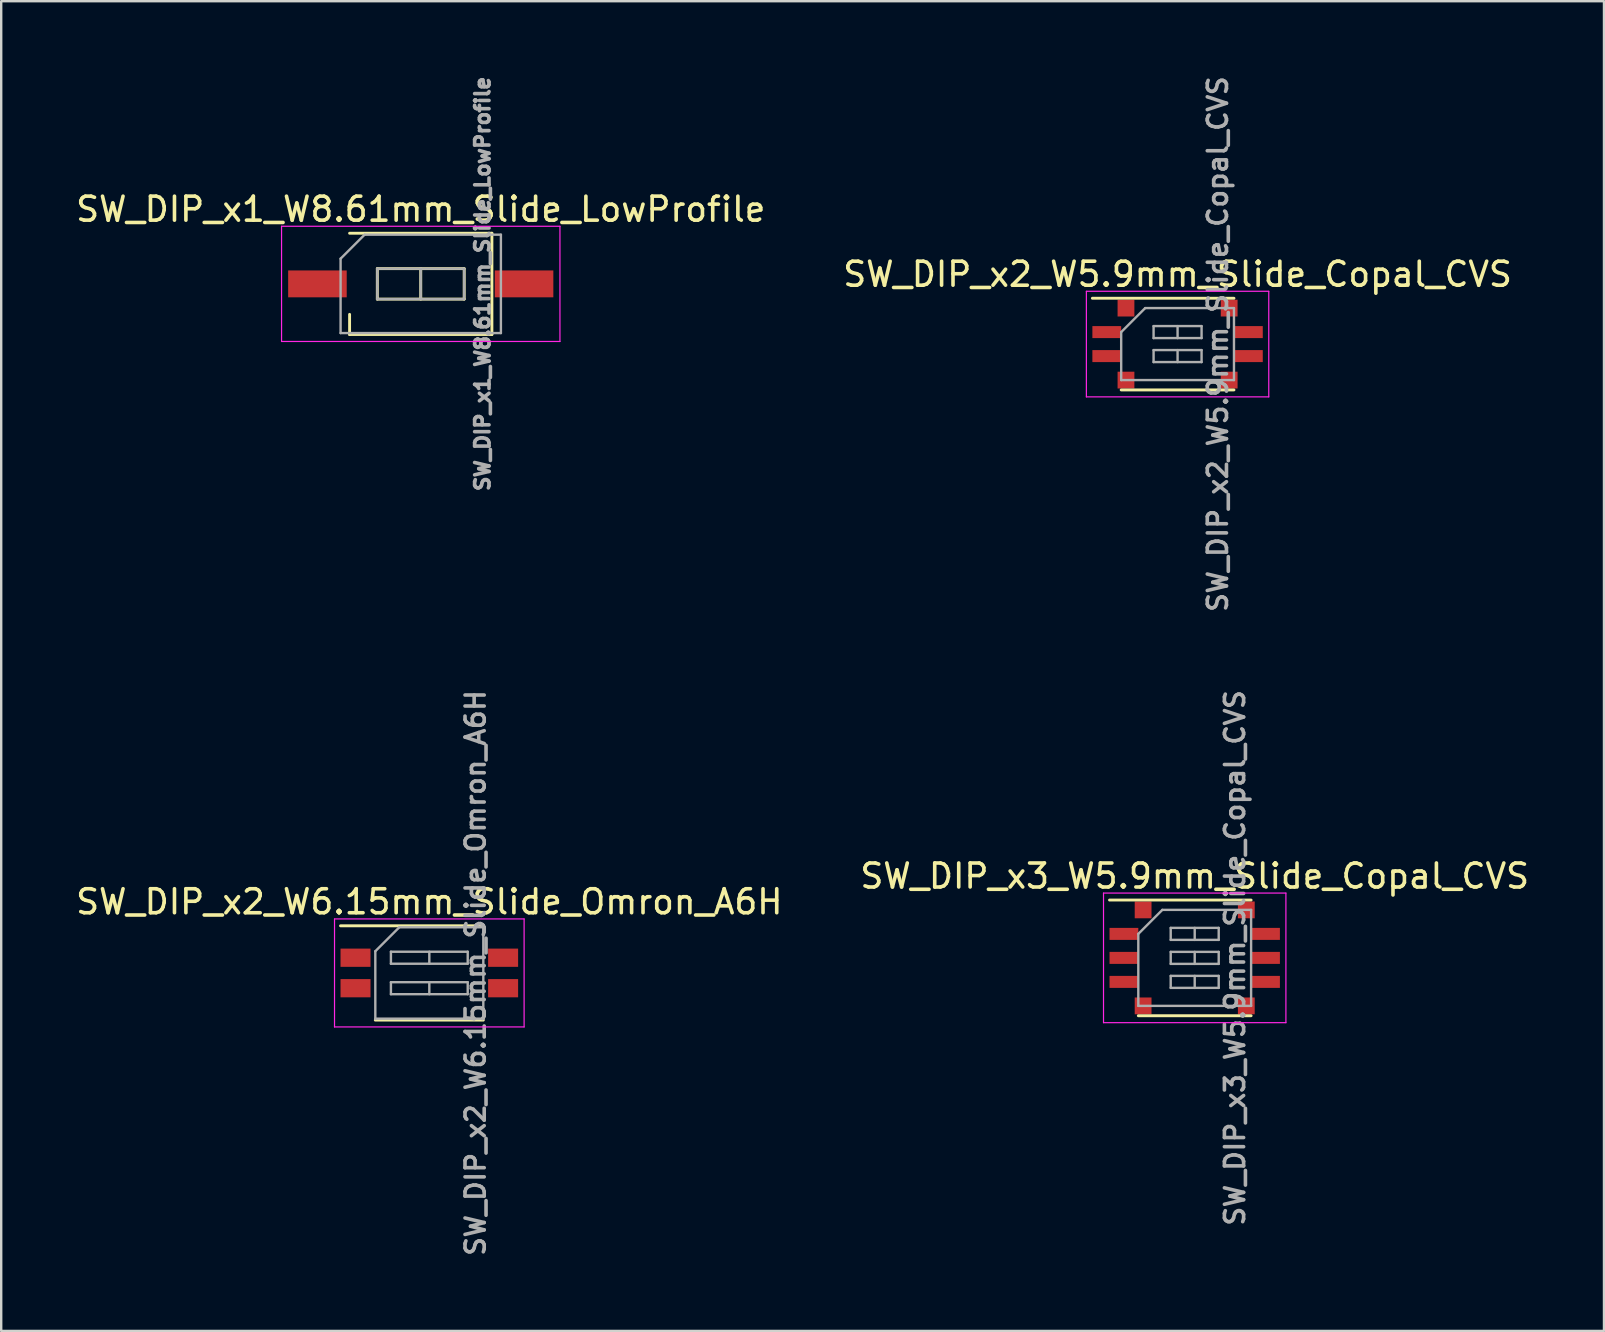
<source format=kicad_pcb>
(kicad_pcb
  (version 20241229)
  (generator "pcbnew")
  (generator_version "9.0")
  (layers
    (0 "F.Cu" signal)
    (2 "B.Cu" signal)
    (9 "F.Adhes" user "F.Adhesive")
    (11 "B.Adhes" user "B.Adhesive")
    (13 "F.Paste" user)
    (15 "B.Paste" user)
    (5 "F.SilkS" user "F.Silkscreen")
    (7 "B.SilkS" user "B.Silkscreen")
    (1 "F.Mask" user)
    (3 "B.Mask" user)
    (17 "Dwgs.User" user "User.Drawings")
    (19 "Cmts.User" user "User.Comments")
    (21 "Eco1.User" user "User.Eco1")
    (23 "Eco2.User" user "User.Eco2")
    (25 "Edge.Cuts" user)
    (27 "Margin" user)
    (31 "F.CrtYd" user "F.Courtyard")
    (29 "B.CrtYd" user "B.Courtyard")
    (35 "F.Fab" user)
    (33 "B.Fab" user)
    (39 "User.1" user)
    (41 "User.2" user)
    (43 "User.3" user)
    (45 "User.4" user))
  (footprint "SW_DIP_x2_W6.15mm_Slide_Omron_A6H"
    (layer "F.Cu")
    (at 14.839 37.492)
    (property "Reference" "SW_DIP_x2_W6.15mm_Slide_Omron_A6H" (at 0 -2.965 0) (layer "F.SilkS") (effects (font (size 1 1) (thickness 0.15))))
    (attr smd)
    (fp_line (start -3.7 -1.965) (end 2.25 -1.965) (stroke (width 0.12) (type solid)) (layer "F.SilkS"))
    (fp_line (start -2.25 1.965) (end 2.25 1.965) (stroke (width 0.12) (type solid)) (layer "F.SilkS"))
    (fp_line (start -3.95 -2.25) (end -3.95 2.25) (stroke (width 0.05) (type solid)) (layer "F.CrtYd"))
    (fp_line (start -3.95 2.25) (end 3.95 2.25) (stroke (width 0.05) (type solid)) (layer "F.CrtYd"))
    (fp_line (start 3.95 -2.25) (end -3.95 -2.25) (stroke (width 0.05) (type solid)) (layer "F.CrtYd"))
    (fp_line (start 3.95 2.25) (end 3.95 -2.25) (stroke (width 0.05) (type solid)) (layer "F.CrtYd"))
    (fp_line (start -2.25 -0.905) (end -1.25 -1.905) (stroke (width 0.1) (type solid)) (layer "F.Fab"))
    (fp_line (start -2.25 1.905) (end -2.25 -0.905) (stroke (width 0.1) (type solid)) (layer "F.Fab"))
    (fp_line (start -1.6 -0.885) (end -1.6 -0.385) (stroke (width 0.1) (type solid)) (layer "F.Fab"))
    (fp_line (start -1.6 -0.385) (end 1.6 -0.385) (stroke (width 0.1) (type solid)) (layer "F.Fab"))
    (fp_line (start -1.6 0.385) (end -1.6 0.885) (stroke (width 0.1) (type solid)) (layer "F.Fab"))
    (fp_line (start -1.6 0.885) (end 1.6 0.885) (stroke (width 0.1) (type solid)) (layer "F.Fab"))
    (fp_line (start -1.25 -1.905) (end 2.25 -1.905) (stroke (width 0.1) (type solid)) (layer "F.Fab"))
    (fp_line (start 0 -0.885) (end 0 -0.385) (stroke (width 0.1) (type solid)) (layer "F.Fab"))
    (fp_line (start 0 0.385) (end 0 0.885) (stroke (width 0.1) (type solid)) (layer "F.Fab"))
    (fp_line (start 1.6 -0.885) (end -1.6 -0.885) (stroke (width 0.1) (type solid)) (layer "F.Fab"))
    (fp_line (start 1.6 -0.385) (end 1.6 -0.885) (stroke (width 0.1) (type solid)) (layer "F.Fab"))
    (fp_line (start 1.6 0.385) (end -1.6 0.385) (stroke (width 0.1) (type solid)) (layer "F.Fab"))
    (fp_line (start 1.6 0.885) (end 1.6 0.385) (stroke (width 0.1) (type solid)) (layer "F.Fab"))
    (fp_line (start 2.25 -1.905) (end 2.25 1.905) (stroke (width 0.1) (type solid)) (layer "F.Fab"))
    (fp_line (start 2.25 1.905) (end -2.25 1.905) (stroke (width 0.1) (type solid)) (layer "F.Fab"))
    (fp_text user "${REFERENCE}" (at 1.925 0 90) (layer "F.Fab") (effects (font (size 0.8 0.8) (thickness 0.15))))
    (pad "1" smd rect (at -3.075 -0.635) (size 1.25 0.76) (layers "F.Cu" "F.Mask" "F.Paste"))
    (pad "2" smd rect (at -3.075 0.635) (size 1.25 0.76) (layers "F.Cu" "F.Mask" "F.Paste"))
    (pad "3" smd rect (at 3.075 0.635) (size 1.25 0.76) (layers "F.Cu" "F.Mask" "F.Paste"))
    (pad "4" smd rect (at 3.075 -0.635) (size 1.25 0.76) (layers "F.Cu" "F.Mask" "F.Paste")))
  (footprint "SW_DIP_x1_W8.61mm_Slide_LowProfile"
    (layer "F.Cu")
    (at 14.482 8.779)
    (property "Reference" "SW_DIP_x1_W8.61mm_Slide_LowProfile" (at 0 -3.11 0) (layer "F.SilkS") (effects (font (size 1 1) (thickness 0.15))))
    (attr smd)
    (fp_line (start -2.965 -2.11) (end 2.965 -2.11) (stroke (width 0.12) (type solid)) (layer "F.SilkS"))
    (fp_line (start -2.965 2.11) (end -2.965 1.27) (stroke (width 0.12) (type solid)) (layer "F.SilkS"))
    (fp_line (start -1.81 -0.635) (end -1.81 0.635) (stroke (width 0.12) (type solid)) (layer "F.SilkS"))
    (fp_line (start -1.81 0.635) (end 1.81 0.635) (stroke (width 0.12) (type solid)) (layer "F.SilkS"))
    (fp_line (start 0 -0.635) (end 0 0.635) (stroke (width 0.12) (type solid)) (layer "F.SilkS"))
    (fp_line (start 1.81 -0.635) (end -1.81 -0.635) (stroke (width 0.12) (type solid)) (layer "F.SilkS"))
    (fp_line (start 1.81 0.635) (end 1.81 -0.635) (stroke (width 0.12) (type solid)) (layer "F.SilkS"))
    (fp_line (start 2.965 -2.11) (end 2.965 2.11) (stroke (width 0.12) (type solid)) (layer "F.SilkS"))
    (fp_line (start 2.965 2.11) (end -2.965 2.11) (stroke (width 0.12) (type solid)) (layer "F.SilkS"))
    (fp_line (start -5.8 -2.4) (end -5.8 2.4) (stroke (width 0.05) (type solid)) (layer "F.CrtYd"))
    (fp_line (start -5.8 2.4) (end 5.8 2.4) (stroke (width 0.05) (type solid)) (layer "F.CrtYd"))
    (fp_line (start 5.8 -2.4) (end -5.8 -2.4) (stroke (width 0.05) (type solid)) (layer "F.CrtYd"))
    (fp_line (start 5.8 2.4) (end 5.8 -2.4) (stroke (width 0.05) (type solid)) (layer "F.CrtYd"))
    (fp_line (start -3.34 -1.05) (end -2.34 -2.05) (stroke (width 0.1) (type solid)) (layer "F.Fab"))
    (fp_line (start -3.34 2.05) (end -3.34 -1.05) (stroke (width 0.1) (type solid)) (layer "F.Fab"))
    (fp_line (start -2.34 -2.05) (end 3.34 -2.05) (stroke (width 0.1) (type solid)) (layer "F.Fab"))
    (fp_line (start -1.81 -0.635) (end -1.81 0.635) (stroke (width 0.1) (type solid)) (layer "F.Fab"))
    (fp_line (start -1.81 0.635) (end 1.81 0.635) (stroke (width 0.1) (type solid)) (layer "F.Fab"))
    (fp_line (start 0 -0.635) (end 0 0.635) (stroke (width 0.1) (type solid)) (layer "F.Fab"))
    (fp_line (start 1.81 -0.635) (end -1.81 -0.635) (stroke (width 0.1) (type solid)) (layer "F.Fab"))
    (fp_line (start 1.81 0.635) (end 1.81 -0.635) (stroke (width 0.1) (type solid)) (layer "F.Fab"))
    (fp_line (start 3.34 -2.05) (end 3.34 2.05) (stroke (width 0.1) (type solid)) (layer "F.Fab"))
    (fp_line (start 3.34 2.05) (end -3.34 2.05) (stroke (width 0.1) (type solid)) (layer "F.Fab"))
    (fp_text user "${REFERENCE}" (at 2.575 0 90) (layer "F.Fab") (effects (font (size 0.6 0.6) (thickness 0.15))))
    (pad "1" smd rect (at -4.305 0) (size 2.44 1.12) (layers "F.Cu" "F.Mask" "F.Paste"))
    (pad "2" smd rect (at 4.305 0) (size 2.44 1.12) (layers "F.Cu" "F.Mask" "F.Paste")))
  (footprint "SW_DIP_x2_W5.9mm_Slide_Copal_CVS"
    (layer "F.Cu")
    (at 46.018 11.288)
    (property "Reference" "SW_DIP_x2_W5.9mm_Slide_Copal_CVS" (at 0 -2.91 0) (layer "F.SilkS") (effects (font (size 1 1) (thickness 0.15))))
    (attr smd)
    (fp_line (start -3.55 -1.91) (end 2.35 -1.91) (stroke (width 0.12) (type solid)) (layer "F.SilkS"))
    (fp_line (start -2.35 1.91) (end 2.35 1.91) (stroke (width 0.12) (type solid)) (layer "F.SilkS"))
    (fp_line (start -3.8 -2.2) (end -3.8 2.2) (stroke (width 0.05) (type solid)) (layer "F.CrtYd"))
    (fp_line (start -3.8 2.2) (end 3.8 2.2) (stroke (width 0.05) (type solid)) (layer "F.CrtYd"))
    (fp_line (start 3.8 -2.2) (end -3.8 -2.2) (stroke (width 0.05) (type solid)) (layer "F.CrtYd"))
    (fp_line (start 3.8 2.2) (end 3.8 -2.2) (stroke (width 0.05) (type solid)) (layer "F.CrtYd"))
    (fp_line (start -2.35 -0.5) (end -1.35 -1.5) (stroke (width 0.1) (type solid)) (layer "F.Fab"))
    (fp_line (start -2.35 1.5) (end -2.35 -0.5) (stroke (width 0.1) (type solid)) (layer "F.Fab"))
    (fp_line (start -1.35 -1.5) (end 2.35 -1.5) (stroke (width 0.1) (type solid)) (layer "F.Fab"))
    (fp_line (start -1 -0.75) (end -1 -0.25) (stroke (width 0.1) (type solid)) (layer "F.Fab"))
    (fp_line (start -1 -0.25) (end 1 -0.25) (stroke (width 0.1) (type solid)) (layer "F.Fab"))
    (fp_line (start -1 0.25) (end -1 0.75) (stroke (width 0.1) (type solid)) (layer "F.Fab"))
    (fp_line (start -1 0.75) (end 1 0.75) (stroke (width 0.1) (type solid)) (layer "F.Fab"))
    (fp_line (start 0 -0.75) (end 0 -0.25) (stroke (width 0.1) (type solid)) (layer "F.Fab"))
    (fp_line (start 0 0.25) (end 0 0.75) (stroke (width 0.1) (type solid)) (layer "F.Fab"))
    (fp_line (start 1 -0.75) (end -1 -0.75) (stroke (width 0.1) (type solid)) (layer "F.Fab"))
    (fp_line (start 1 -0.25) (end 1 -0.75) (stroke (width 0.1) (type solid)) (layer "F.Fab"))
    (fp_line (start 1 0.25) (end -1 0.25) (stroke (width 0.1) (type solid)) (layer "F.Fab"))
    (fp_line (start 1 0.75) (end 1 0.25) (stroke (width 0.1) (type solid)) (layer "F.Fab"))
    (fp_line (start 2.35 -1.5) (end 2.35 1.5) (stroke (width 0.1) (type solid)) (layer "F.Fab"))
    (fp_line (start 2.35 1.5) (end -2.35 1.5) (stroke (width 0.1) (type solid)) (layer "F.Fab"))
    (fp_text user "${REFERENCE}" (at 1.675 0 90) (layer "F.Fab") (effects (font (size 0.8 0.8) (thickness 0.15))))
    (pad "1" smd rect (at -2.95 -0.5) (size 1.2 0.5) (layers "F.Cu" "F.Mask" "F.Paste"))
    (pad "2" smd rect (at -2.95 0.5) (size 1.2 0.5) (layers "F.Cu" "F.Mask" "F.Paste"))
    (pad "3" smd rect (at 2.95 0.5) (size 1.2 0.5) (layers "F.Cu" "F.Mask" "F.Paste"))
    (pad "4" smd rect (at 2.95 -0.5) (size 1.2 0.5) (layers "F.Cu" "F.Mask" "F.Paste"))
    (pad "5" smd rect (at -2.15 -1.5) (size 0.7 0.7) (layers "F.Cu" "F.Mask" "F.Paste"))
    (pad "5" smd rect (at -2.15 1.5) (size 0.7 0.7) (layers "F.Cu" "F.Mask" "F.Paste"))
    (pad "5" smd rect (at 2.15 -1.5) (size 0.7 0.7) (layers "F.Cu" "F.Mask" "F.Paste"))
    (pad "5" smd rect (at 2.15 1.5) (size 0.7 0.7) (layers "F.Cu" "F.Mask" "F.Paste")))
  (footprint "SW_DIP_x3_W5.9mm_Slide_Copal_CVS"
    (layer "F.Cu")
    (at 46.732 36.864)
    (property "Reference" "SW_DIP_x3_W5.9mm_Slide_Copal_CVS" (at 0 -3.41 0) (layer "F.SilkS") (effects (font (size 1 1) (thickness 0.15))))
    (attr smd)
    (fp_line (start -3.55 -2.41) (end 2.35 -2.41) (stroke (width 0.12) (type solid)) (layer "F.SilkS"))
    (fp_line (start -2.35 2.41) (end 2.35 2.41) (stroke (width 0.12) (type solid)) (layer "F.SilkS"))
    (fp_line (start -3.8 -2.7) (end -3.8 2.7) (stroke (width 0.05) (type solid)) (layer "F.CrtYd"))
    (fp_line (start -3.8 2.7) (end 3.8 2.7) (stroke (width 0.05) (type solid)) (layer "F.CrtYd"))
    (fp_line (start 3.8 -2.7) (end -3.8 -2.7) (stroke (width 0.05) (type solid)) (layer "F.CrtYd"))
    (fp_line (start 3.8 2.7) (end 3.8 -2.7) (stroke (width 0.05) (type solid)) (layer "F.CrtYd"))
    (fp_line (start -2.35 -1) (end -1.35 -2) (stroke (width 0.1) (type solid)) (layer "F.Fab"))
    (fp_line (start -2.35 2) (end -2.35 -1) (stroke (width 0.1) (type solid)) (layer "F.Fab"))
    (fp_line (start -1.35 -2) (end 2.35 -2) (stroke (width 0.1) (type solid)) (layer "F.Fab"))
    (fp_line (start -1 -1.25) (end -1 -0.75) (stroke (width 0.1) (type solid)) (layer "F.Fab"))
    (fp_line (start -1 -0.75) (end 1 -0.75) (stroke (width 0.1) (type solid)) (layer "F.Fab"))
    (fp_line (start -1 -0.25) (end -1 0.25) (stroke (width 0.1) (type solid)) (layer "F.Fab"))
    (fp_line (start -1 0.25) (end 1 0.25) (stroke (width 0.1) (type solid)) (layer "F.Fab"))
    (fp_line (start -1 0.75) (end -1 1.25) (stroke (width 0.1) (type solid)) (layer "F.Fab"))
    (fp_line (start -1 1.25) (end 1 1.25) (stroke (width 0.1) (type solid)) (layer "F.Fab"))
    (fp_line (start 0 -1.25) (end 0 -0.75) (stroke (width 0.1) (type solid)) (layer "F.Fab"))
    (fp_line (start 0 -0.25) (end 0 0.25) (stroke (width 0.1) (type solid)) (layer "F.Fab"))
    (fp_line (start 0 0.75) (end 0 1.25) (stroke (width 0.1) (type solid)) (layer "F.Fab"))
    (fp_line (start 1 -1.25) (end -1 -1.25) (stroke (width 0.1) (type solid)) (layer "F.Fab"))
    (fp_line (start 1 -0.75) (end 1 -1.25) (stroke (width 0.1) (type solid)) (layer "F.Fab"))
    (fp_line (start 1 -0.25) (end -1 -0.25) (stroke (width 0.1) (type solid)) (layer "F.Fab"))
    (fp_line (start 1 0.25) (end 1 -0.25) (stroke (width 0.1) (type solid)) (layer "F.Fab"))
    (fp_line (start 1 0.75) (end -1 0.75) (stroke (width 0.1) (type solid)) (layer "F.Fab"))
    (fp_line (start 1 1.25) (end 1 0.75) (stroke (width 0.1) (type solid)) (layer "F.Fab"))
    (fp_line (start 2.35 -2) (end 2.35 2) (stroke (width 0.1) (type solid)) (layer "F.Fab"))
    (fp_line (start 2.35 2) (end -2.35 2) (stroke (width 0.1) (type solid)) (layer "F.Fab"))
    (fp_text user "${REFERENCE}" (at 1.675 0 90) (layer "F.Fab") (effects (font (size 0.8 0.8) (thickness 0.15))))
    (pad "1" smd rect (at -2.95 -1) (size 1.2 0.5) (layers "F.Cu" "F.Mask" "F.Paste"))
    (pad "2" smd rect (at -2.95 0) (size 1.2 0.5) (layers "F.Cu" "F.Mask" "F.Paste"))
    (pad "3" smd rect (at -2.95 1) (size 1.2 0.5) (layers "F.Cu" "F.Mask" "F.Paste"))
    (pad "4" smd rect (at 2.95 1) (size 1.2 0.5) (layers "F.Cu" "F.Mask" "F.Paste"))
    (pad "5" smd rect (at 2.95 0) (size 1.2 0.5) (layers "F.Cu" "F.Mask" "F.Paste"))
    (pad "6" smd rect (at 2.95 -1) (size 1.2 0.5) (layers "F.Cu" "F.Mask" "F.Paste"))
    (pad "7" smd rect (at -2.15 -2) (size 0.7 0.7) (layers "F.Cu" "F.Mask" "F.Paste"))
    (pad "7" smd rect (at -2.15 2) (size 0.7 0.7) (layers "F.Cu" "F.Mask" "F.Paste"))
    (pad "7" smd rect (at 2.15 -2) (size 0.7 0.7) (layers "F.Cu" "F.Mask" "F.Paste"))
    (pad "7" smd rect (at 2.15 2) (size 0.7 0.7) (layers "F.Cu" "F.Mask" "F.Paste")))
  (gr_rect
    (start -3 -3)
    (end 63.786 52.409)
    (stroke (width 0.1) (type default))
    (fill no)
    (layer "Edge.Cuts")))
</source>
